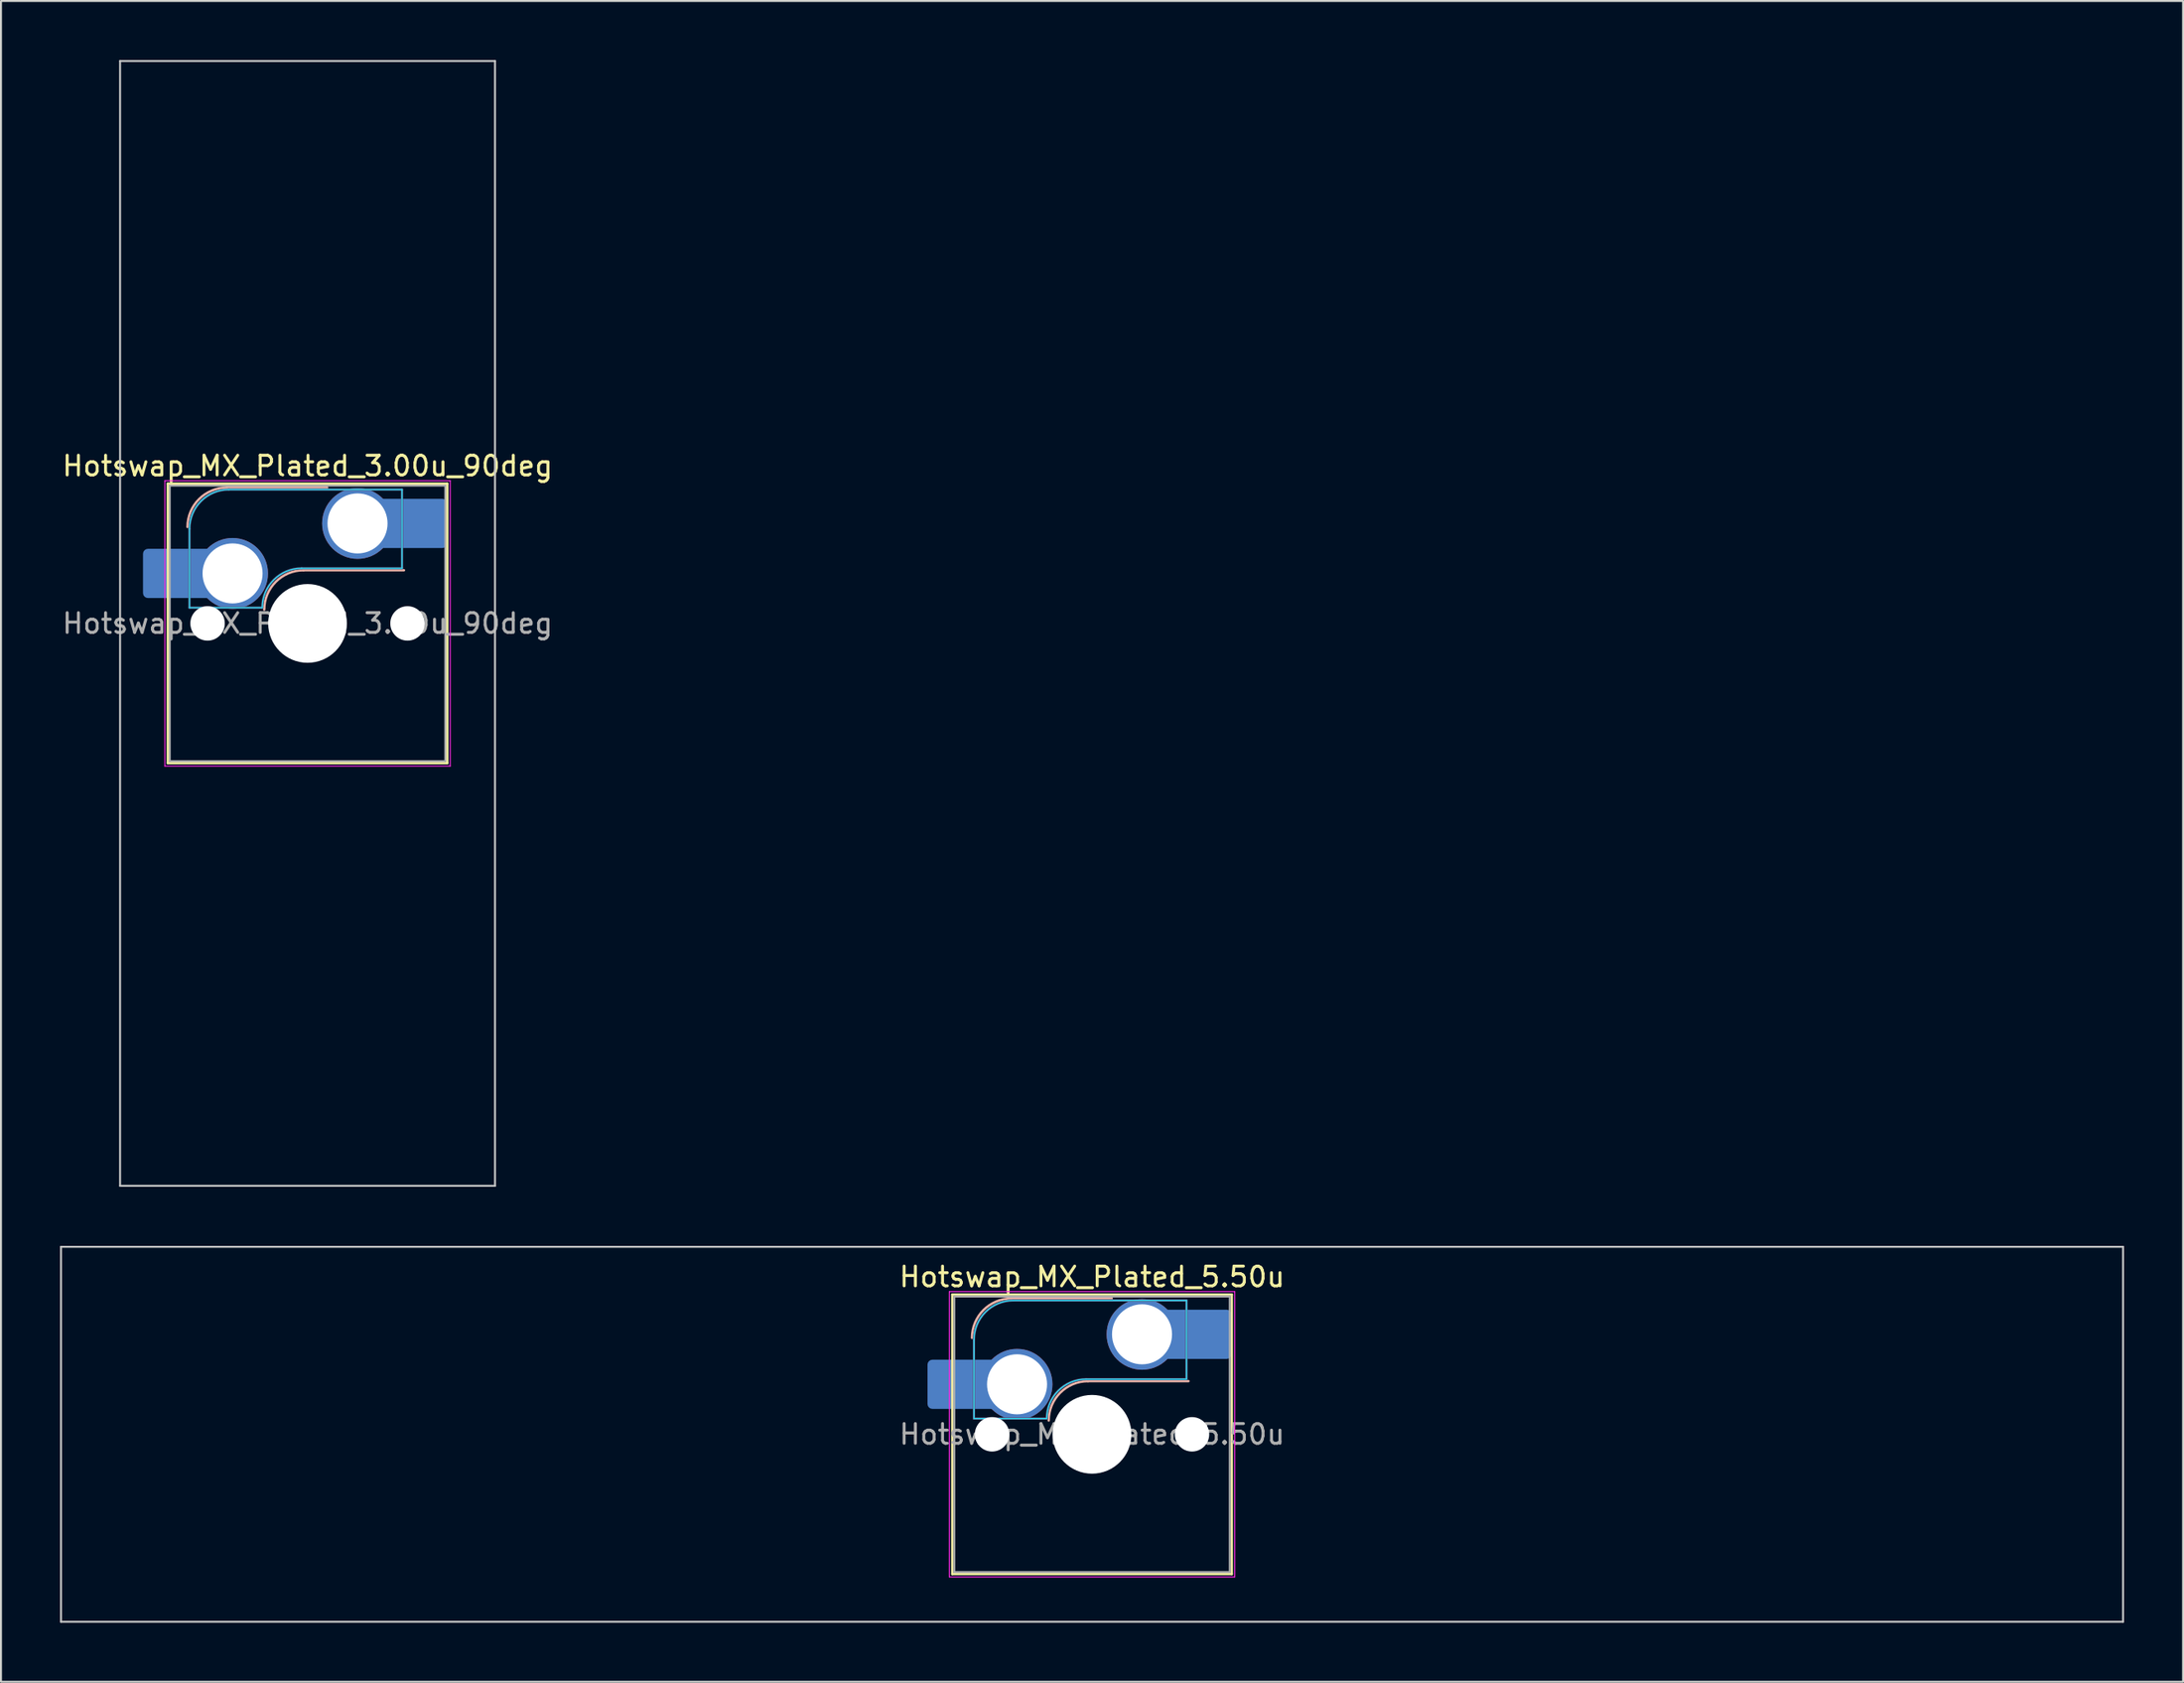
<source format=kicad_pcb>
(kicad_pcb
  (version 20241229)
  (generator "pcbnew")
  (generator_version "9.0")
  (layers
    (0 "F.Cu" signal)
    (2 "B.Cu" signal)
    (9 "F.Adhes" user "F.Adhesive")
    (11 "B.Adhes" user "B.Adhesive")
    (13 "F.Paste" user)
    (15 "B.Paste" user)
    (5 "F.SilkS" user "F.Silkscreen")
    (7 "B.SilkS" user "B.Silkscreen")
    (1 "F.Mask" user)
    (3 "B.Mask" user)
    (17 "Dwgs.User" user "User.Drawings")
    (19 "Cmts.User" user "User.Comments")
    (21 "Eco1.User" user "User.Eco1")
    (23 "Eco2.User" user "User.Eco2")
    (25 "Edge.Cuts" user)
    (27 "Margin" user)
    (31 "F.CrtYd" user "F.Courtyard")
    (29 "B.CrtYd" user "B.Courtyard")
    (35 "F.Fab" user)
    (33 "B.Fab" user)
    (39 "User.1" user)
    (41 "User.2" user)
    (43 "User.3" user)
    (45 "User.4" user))
  (footprint "Hotswap_MX_Plated_5.50u"
    (layer "F.Cu")
    (at 52.438 69.825)
    (property "Reference" "Hotswap_MX_Plated_5.50u" (at 0 -8 0) (layer "F.SilkS") (effects (font (size 1 1) (thickness 0.15))))
    (attr smd)
    (fp_line (start -7.1 -7.1) (end -7.1 7.1) (stroke (width 0.12) (type solid)) (layer "F.SilkS"))
    (fp_line (start -7.1 7.1) (end 7.1 7.1) (stroke (width 0.12) (type solid)) (layer "F.SilkS"))
    (fp_line (start 7.1 -7.1) (end -7.1 -7.1) (stroke (width 0.12) (type solid)) (layer "F.SilkS"))
    (fp_line (start 7.1 7.1) (end 7.1 -7.1) (stroke (width 0.12) (type solid)) (layer "F.SilkS"))
    (fp_line (start -4.1 -6.9) (end 1 -6.9) (stroke (width 0.12) (type solid)) (layer "B.SilkS"))
    (fp_line (start -0.2 -2.7) (end 4.9 -2.7) (stroke (width 0.12) (type solid)) (layer "B.SilkS"))
    (fp_arc (start -6.1 -4.9) (mid -5.514214 -6.314214) (end -4.1 -6.9) (stroke (width 0.12) (type solid)) (layer "B.SilkS"))
    (fp_arc (start -2.2 -0.7) (mid -1.614214 -2.114214) (end -0.2 -2.7) (stroke (width 0.12) (type solid)) (layer "B.SilkS"))
    (fp_line (start -52.388 -9.525) (end -52.388 9.525) (stroke (width 0.1) (type solid)) (layer "Dwgs.User"))
    (fp_line (start -52.388 9.525) (end 52.388 9.525) (stroke (width 0.1) (type solid)) (layer "Dwgs.User"))
    (fp_line (start 52.388 -9.525) (end -52.388 -9.525) (stroke (width 0.1) (type solid)) (layer "Dwgs.User"))
    (fp_line (start 52.388 9.525) (end 52.388 -9.525) (stroke (width 0.1) (type solid)) (layer "Dwgs.User"))
    (fp_line (start -7.8 -6) (end -7 -6) (stroke (width 0.1) (type solid)) (layer "Eco1.User"))
    (fp_line (start -7.8 -2.9) (end -7.8 -6) (stroke (width 0.1) (type solid)) (layer "Eco1.User"))
    (fp_line (start -7.8 2.9) (end -7 2.9) (stroke (width 0.1) (type solid)) (layer "Eco1.User"))
    (fp_line (start -7.8 6) (end -7.8 2.9) (stroke (width 0.1) (type solid)) (layer "Eco1.User"))
    (fp_line (start -7 -7) (end 7 -7) (stroke (width 0.1) (type solid)) (layer "Eco1.User"))
    (fp_line (start -7 -6) (end -7 -7) (stroke (width 0.1) (type solid)) (layer "Eco1.User"))
    (fp_line (start -7 -2.9) (end -7.8 -2.9) (stroke (width 0.1) (type solid)) (layer "Eco1.User"))
    (fp_line (start -7 2.9) (end -7 -2.9) (stroke (width 0.1) (type solid)) (layer "Eco1.User"))
    (fp_line (start -7 6) (end -7.8 6) (stroke (width 0.1) (type solid)) (layer "Eco1.User"))
    (fp_line (start -7 7) (end -7 6) (stroke (width 0.1) (type solid)) (layer "Eco1.User"))
    (fp_line (start 7 -7) (end 7 -6) (stroke (width 0.1) (type solid)) (layer "Eco1.User"))
    (fp_line (start 7 -6) (end 7.8 -6) (stroke (width 0.1) (type solid)) (layer "Eco1.User"))
    (fp_line (start 7 -2.9) (end 7 2.9) (stroke (width 0.1) (type solid)) (layer "Eco1.User"))
    (fp_line (start 7 2.9) (end 7.8 2.9) (stroke (width 0.1) (type solid)) (layer "Eco1.User"))
    (fp_line (start 7 6) (end 7 7) (stroke (width 0.1) (type solid)) (layer "Eco1.User"))
    (fp_line (start 7 7) (end -7 7) (stroke (width 0.1) (type solid)) (layer "Eco1.User"))
    (fp_line (start 7.8 -6) (end 7.8 -2.9) (stroke (width 0.1) (type solid)) (layer "Eco1.User"))
    (fp_line (start 7.8 -2.9) (end 7 -2.9) (stroke (width 0.1) (type solid)) (layer "Eco1.User"))
    (fp_line (start 7.8 2.9) (end 7.8 6) (stroke (width 0.1) (type solid)) (layer "Eco1.User"))
    (fp_line (start 7.8 6) (end 7 6) (stroke (width 0.1) (type solid)) (layer "Eco1.User"))
    (fp_line (start -6 -0.8) (end -6 -4.8) (stroke (width 0.05) (type solid)) (layer "B.CrtYd"))
    (fp_line (start -6 -0.8) (end -2.3 -0.8) (stroke (width 0.05) (type solid)) (layer "B.CrtYd"))
    (fp_line (start -4 -6.8) (end 4.8 -6.8) (stroke (width 0.05) (type solid)) (layer "B.CrtYd"))
    (fp_line (start -0.3 -2.8) (end 4.8 -2.8) (stroke (width 0.05) (type solid)) (layer "B.CrtYd"))
    (fp_line (start 4.8 -6.8) (end 4.8 -2.8) (stroke (width 0.05) (type solid)) (layer "B.CrtYd"))
    (fp_arc (start -6 -4.8) (mid -5.414214 -6.214214) (end -4 -6.8) (stroke (width 0.05) (type solid)) (layer "B.CrtYd"))
    (fp_arc (start -2.3 -0.8) (mid -1.714214 -2.214214) (end -0.3 -2.8) (stroke (width 0.05) (type solid)) (layer "B.CrtYd"))
    (fp_line (start -7.25 -7.25) (end -7.25 7.25) (stroke (width 0.05) (type solid)) (layer "F.CrtYd"))
    (fp_line (start -7.25 7.25) (end 7.25 7.25) (stroke (width 0.05) (type solid)) (layer "F.CrtYd"))
    (fp_line (start 7.25 -7.25) (end -7.25 -7.25) (stroke (width 0.05) (type solid)) (layer "F.CrtYd"))
    (fp_line (start 7.25 7.25) (end 7.25 -7.25) (stroke (width 0.05) (type solid)) (layer "F.CrtYd"))
    (fp_line (start -6 -0.8) (end -6 -4.8) (stroke (width 0.12) (type solid)) (layer "B.Fab"))
    (fp_line (start -6 -0.8) (end -2.3 -0.8) (stroke (width 0.12) (type solid)) (layer "B.Fab"))
    (fp_line (start -4 -6.8) (end 4.8 -6.8) (stroke (width 0.12) (type solid)) (layer "B.Fab"))
    (fp_line (start -0.3 -2.8) (end 4.8 -2.8) (stroke (width 0.12) (type solid)) (layer "B.Fab"))
    (fp_line (start 4.8 -6.8) (end 4.8 -2.8) (stroke (width 0.12) (type solid)) (layer "B.Fab"))
    (fp_arc (start -6 -4.8) (mid -5.414214 -6.214214) (end -4 -6.8) (stroke (width 0.12) (type solid)) (layer "B.Fab"))
    (fp_arc (start -2.3 -0.8) (mid -1.714214 -2.214214) (end -0.3 -2.8) (stroke (width 0.12) (type solid)) (layer "B.Fab"))
    (fp_line (start -7 -7) (end -7 7) (stroke (width 0.1) (type solid)) (layer "F.Fab"))
    (fp_line (start -7 7) (end 7 7) (stroke (width 0.1) (type solid)) (layer "F.Fab"))
    (fp_line (start 7 -7) (end -7 -7) (stroke (width 0.1) (type solid)) (layer "F.Fab"))
    (fp_line (start 7 7) (end 7 -7) (stroke (width 0.1) (type solid)) (layer "F.Fab"))
    (fp_text user "${REFERENCE}" (at 0 0 0) (layer "F.Fab") (effects (font (size 1 1) (thickness 0.15))))
    (pad "" smd roundrect (at -7.085 -2.54) (size 2.55 2.5) (layers "B.Mask" "B.Paste") (roundrect_rratio 0.1))
    (pad "" np_thru_hole circle (at -5.08 0) (size 1.75 1.75) (drill 1.75) (layers "*.Cu" "*.Mask"))
    (pad "" np_thru_hole circle (at 0 0) (size 4 4) (drill 4) (layers "*.Cu" "*.Mask"))
    (pad "" np_thru_hole circle (at 5.08 0) (size 1.75 1.75) (drill 1.75) (layers "*.Cu" "*.Mask"))
    (pad "" smd roundrect (at 5.842 -5.08) (size 2.55 2.5) (layers "B.Mask" "B.Paste") (roundrect_rratio 0.1))
    (pad "1" smd roundrect (at -6.585 -2.54) (size 3.55 2.5) (layers "B.Cu") (roundrect_rratio 0.1))
    (pad "1" thru_hole circle (at -3.81 -2.54) (size 3.6 3.6) (drill 3.05) (layers "*.Cu" "*.Mask"))
    (pad "2" thru_hole circle (at 2.54 -5.08) (size 3.6 3.6) (drill 3.05) (layers "*.Cu" "*.Mask"))
    (pad "2" smd roundrect (at 5.32 -5.08) (size 3.55 2.5) (layers "B.Cu") (roundrect_rratio 0.1)))
  (footprint "Hotswap_MX_Plated_3.00u_90deg"
    (layer "F.Cu")
    (at 12.577 28.625)
    (property "Reference" "Hotswap_MX_Plated_3.00u_90deg" (at 0 -8 0) (layer "F.SilkS") (effects (font (size 1 1) (thickness 0.15))))
    (attr smd)
    (fp_line (start -7.1 -7.1) (end -7.1 7.1) (stroke (width 0.12) (type solid)) (layer "F.SilkS"))
    (fp_line (start -7.1 7.1) (end 7.1 7.1) (stroke (width 0.12) (type solid)) (layer "F.SilkS"))
    (fp_line (start 7.1 -7.1) (end -7.1 -7.1) (stroke (width 0.12) (type solid)) (layer "F.SilkS"))
    (fp_line (start 7.1 7.1) (end 7.1 -7.1) (stroke (width 0.12) (type solid)) (layer "F.SilkS"))
    (fp_line (start -4.1 -6.9) (end 1 -6.9) (stroke (width 0.12) (type solid)) (layer "B.SilkS"))
    (fp_line (start -0.2 -2.7) (end 4.9 -2.7) (stroke (width 0.12) (type solid)) (layer "B.SilkS"))
    (fp_arc (start -6.1 -4.9) (mid -5.514214 -6.314214) (end -4.1 -6.9) (stroke (width 0.12) (type solid)) (layer "B.SilkS"))
    (fp_arc (start -2.2 -0.7) (mid -1.614214 -2.114214) (end -0.2 -2.7) (stroke (width 0.12) (type solid)) (layer "B.SilkS"))
    (fp_line (start -9.525 -28.575) (end 9.525 -28.575) (stroke (width 0.1) (type solid)) (layer "Dwgs.User"))
    (fp_line (start -9.525 28.575) (end -9.525 -28.575) (stroke (width 0.1) (type solid)) (layer "Dwgs.User"))
    (fp_line (start 9.525 -28.575) (end 9.525 28.575) (stroke (width 0.1) (type solid)) (layer "Dwgs.User"))
    (fp_line (start 9.525 28.575) (end -9.525 28.575) (stroke (width 0.1) (type solid)) (layer "Dwgs.User"))
    (fp_line (start -7.8 -6) (end -7 -6) (stroke (width 0.1) (type solid)) (layer "Eco1.User"))
    (fp_line (start -7.8 -2.9) (end -7.8 -6) (stroke (width 0.1) (type solid)) (layer "Eco1.User"))
    (fp_line (start -7.8 2.9) (end -7 2.9) (stroke (width 0.1) (type solid)) (layer "Eco1.User"))
    (fp_line (start -7.8 6) (end -7.8 2.9) (stroke (width 0.1) (type solid)) (layer "Eco1.User"))
    (fp_line (start -7 -7) (end 7 -7) (stroke (width 0.1) (type solid)) (layer "Eco1.User"))
    (fp_line (start -7 -6) (end -7 -7) (stroke (width 0.1) (type solid)) (layer "Eco1.User"))
    (fp_line (start -7 -2.9) (end -7.8 -2.9) (stroke (width 0.1) (type solid)) (layer "Eco1.User"))
    (fp_line (start -7 2.9) (end -7 -2.9) (stroke (width 0.1) (type solid)) (layer "Eco1.User"))
    (fp_line (start -7 6) (end -7.8 6) (stroke (width 0.1) (type solid)) (layer "Eco1.User"))
    (fp_line (start -7 7) (end -7 6) (stroke (width 0.1) (type solid)) (layer "Eco1.User"))
    (fp_line (start 7 -7) (end 7 -6) (stroke (width 0.1) (type solid)) (layer "Eco1.User"))
    (fp_line (start 7 -6) (end 7.8 -6) (stroke (width 0.1) (type solid)) (layer "Eco1.User"))
    (fp_line (start 7 -2.9) (end 7 2.9) (stroke (width 0.1) (type solid)) (layer "Eco1.User"))
    (fp_line (start 7 2.9) (end 7.8 2.9) (stroke (width 0.1) (type solid)) (layer "Eco1.User"))
    (fp_line (start 7 6) (end 7 7) (stroke (width 0.1) (type solid)) (layer "Eco1.User"))
    (fp_line (start 7 7) (end -7 7) (stroke (width 0.1) (type solid)) (layer "Eco1.User"))
    (fp_line (start 7.8 -6) (end 7.8 -2.9) (stroke (width 0.1) (type solid)) (layer "Eco1.User"))
    (fp_line (start 7.8 -2.9) (end 7 -2.9) (stroke (width 0.1) (type solid)) (layer "Eco1.User"))
    (fp_line (start 7.8 2.9) (end 7.8 6) (stroke (width 0.1) (type solid)) (layer "Eco1.User"))
    (fp_line (start 7.8 6) (end 7 6) (stroke (width 0.1) (type solid)) (layer "Eco1.User"))
    (fp_line (start -6 -0.8) (end -6 -4.8) (stroke (width 0.05) (type solid)) (layer "B.CrtYd"))
    (fp_line (start -6 -0.8) (end -2.3 -0.8) (stroke (width 0.05) (type solid)) (layer "B.CrtYd"))
    (fp_line (start -4 -6.8) (end 4.8 -6.8) (stroke (width 0.05) (type solid)) (layer "B.CrtYd"))
    (fp_line (start -0.3 -2.8) (end 4.8 -2.8) (stroke (width 0.05) (type solid)) (layer "B.CrtYd"))
    (fp_line (start 4.8 -6.8) (end 4.8 -2.8) (stroke (width 0.05) (type solid)) (layer "B.CrtYd"))
    (fp_arc (start -6 -4.8) (mid -5.414214 -6.214214) (end -4 -6.8) (stroke (width 0.05) (type solid)) (layer "B.CrtYd"))
    (fp_arc (start -2.3 -0.8) (mid -1.714214 -2.214214) (end -0.3 -2.8) (stroke (width 0.05) (type solid)) (layer "B.CrtYd"))
    (fp_line (start -7.25 -7.25) (end -7.25 7.25) (stroke (width 0.05) (type solid)) (layer "F.CrtYd"))
    (fp_line (start -7.25 7.25) (end 7.25 7.25) (stroke (width 0.05) (type solid)) (layer "F.CrtYd"))
    (fp_line (start 7.25 -7.25) (end -7.25 -7.25) (stroke (width 0.05) (type solid)) (layer "F.CrtYd"))
    (fp_line (start 7.25 7.25) (end 7.25 -7.25) (stroke (width 0.05) (type solid)) (layer "F.CrtYd"))
    (fp_line (start -6 -0.8) (end -6 -4.8) (stroke (width 0.12) (type solid)) (layer "B.Fab"))
    (fp_line (start -6 -0.8) (end -2.3 -0.8) (stroke (width 0.12) (type solid)) (layer "B.Fab"))
    (fp_line (start -4 -6.8) (end 4.8 -6.8) (stroke (width 0.12) (type solid)) (layer "B.Fab"))
    (fp_line (start -0.3 -2.8) (end 4.8 -2.8) (stroke (width 0.12) (type solid)) (layer "B.Fab"))
    (fp_line (start 4.8 -6.8) (end 4.8 -2.8) (stroke (width 0.12) (type solid)) (layer "B.Fab"))
    (fp_arc (start -6 -4.8) (mid -5.414214 -6.214214) (end -4 -6.8) (stroke (width 0.12) (type solid)) (layer "B.Fab"))
    (fp_arc (start -2.3 -0.8) (mid -1.714214 -2.214214) (end -0.3 -2.8) (stroke (width 0.12) (type solid)) (layer "B.Fab"))
    (fp_line (start -7 -7) (end -7 7) (stroke (width 0.1) (type solid)) (layer "F.Fab"))
    (fp_line (start -7 7) (end 7 7) (stroke (width 0.1) (type solid)) (layer "F.Fab"))
    (fp_line (start 7 -7) (end -7 -7) (stroke (width 0.1) (type solid)) (layer "F.Fab"))
    (fp_line (start 7 7) (end 7 -7) (stroke (width 0.1) (type solid)) (layer "F.Fab"))
    (fp_text user "${REFERENCE}" (at 0 0 0) (layer "F.Fab") (effects (font (size 1 1) (thickness 0.15))))
    (pad "" smd roundrect (at -7.085 -2.54) (size 2.55 2.5) (layers "B.Mask" "B.Paste") (roundrect_rratio 0.1))
    (pad "" np_thru_hole circle (at -5.08 0) (size 1.75 1.75) (drill 1.75) (layers "*.Cu" "*.Mask"))
    (pad "" np_thru_hole circle (at 0 0) (size 4 4) (drill 4) (layers "*.Cu" "*.Mask"))
    (pad "" np_thru_hole circle (at 5.08 0) (size 1.75 1.75) (drill 1.75) (layers "*.Cu" "*.Mask"))
    (pad "" smd roundrect (at 5.842 -5.08) (size 2.55 2.5) (layers "B.Mask" "B.Paste") (roundrect_rratio 0.1))
    (pad "1" smd roundrect (at -6.585 -2.54) (size 3.55 2.5) (layers "B.Cu") (roundrect_rratio 0.1))
    (pad "1" thru_hole circle (at -3.81 -2.54) (size 3.6 3.6) (drill 3.05) (layers "*.Cu" "*.Mask"))
    (pad "2" thru_hole circle (at 2.54 -5.08) (size 3.6 3.6) (drill 3.05) (layers "*.Cu" "*.Mask"))
    (pad "2" smd roundrect (at 5.32 -5.08) (size 3.55 2.5) (layers "B.Cu") (roundrect_rratio 0.1)))
  (gr_rect
    (start -3 -3)
    (end 107.875 82.4)
    (stroke (width 0.1) (type default))
    (fill no)
    (layer "Edge.Cuts")))
</source>
